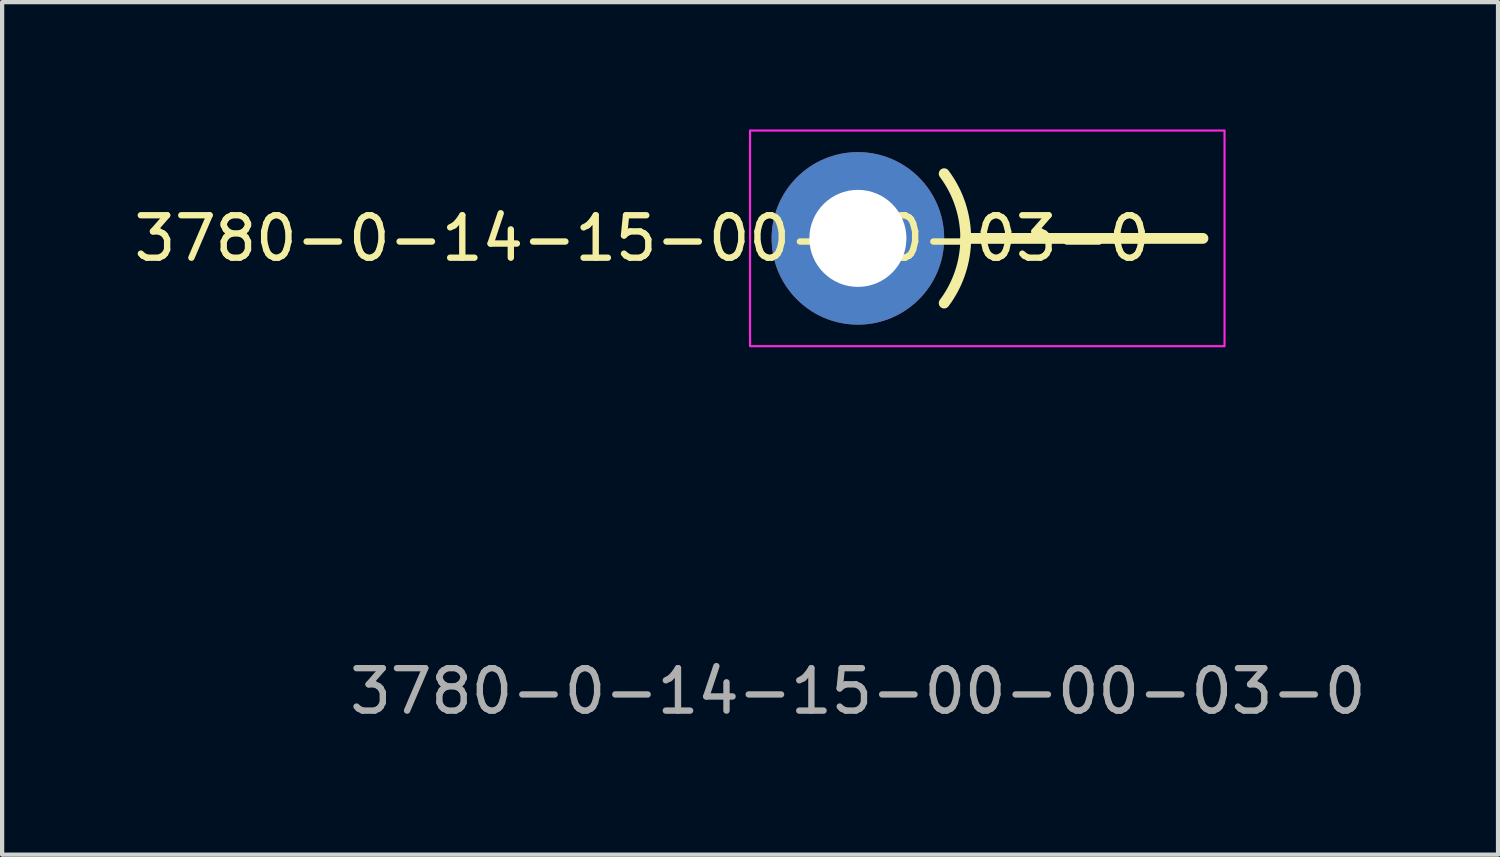
<source format=kicad_pcb>
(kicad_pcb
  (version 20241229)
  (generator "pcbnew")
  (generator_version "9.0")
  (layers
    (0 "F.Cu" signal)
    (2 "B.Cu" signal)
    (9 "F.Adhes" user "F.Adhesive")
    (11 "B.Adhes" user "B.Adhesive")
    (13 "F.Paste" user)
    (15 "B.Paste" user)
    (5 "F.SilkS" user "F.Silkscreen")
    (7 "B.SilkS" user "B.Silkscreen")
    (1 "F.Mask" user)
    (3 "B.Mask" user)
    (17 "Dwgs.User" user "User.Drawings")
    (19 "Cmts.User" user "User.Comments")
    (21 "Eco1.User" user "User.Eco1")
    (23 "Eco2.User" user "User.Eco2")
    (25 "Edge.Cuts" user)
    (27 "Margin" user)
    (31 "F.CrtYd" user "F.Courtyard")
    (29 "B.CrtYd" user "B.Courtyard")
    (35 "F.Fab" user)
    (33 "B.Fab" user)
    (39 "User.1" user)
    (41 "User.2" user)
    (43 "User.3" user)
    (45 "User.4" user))
  (footprint "3780-0-14-15-00-00-03-0"
    (layer "F.Cu")
    (at 17.157 2.565)
    (property "Reference" "3780-0-14-15-00-00-03-0" (at -5.08 0 0) (unlocked yes) (layer "F.SilkS") (effects (font (size 1 1) (thickness 0.15))))
    (attr through_hole)
    (fp_line (start 2.54 0) (end 8.128 0) (stroke (width 0.254) (type default)) (layer "F.SilkS"))
    (fp_arc (start 2.032 -1.524) (mid 2.54 0) (end 2.032 1.524) (stroke (width 0.254) (type default)) (layer "F.SilkS"))
    (fp_rect (start -2.54 -2.54) (end 8.636 2.54) (stroke (width 0.05) (type default)) (fill no) (layer "F.CrtYd"))
    (fp_text user "${REFERENCE}" (at 0 10.668 0) (unlocked yes) (layer "F.Fab") (effects (font (size 1 1) (thickness 0.15))))
    (pad "1" thru_hole circle (at 0 0) (size 4.064 4.064) (drill 2.286) (layers "*.Cu" "*.Mask")))
  (gr_rect
    (start -3 -3)
    (end 32.235 17.081)
    (stroke (width 0.1) (type default))
    (fill no)
    (layer "Edge.Cuts")))
</source>
